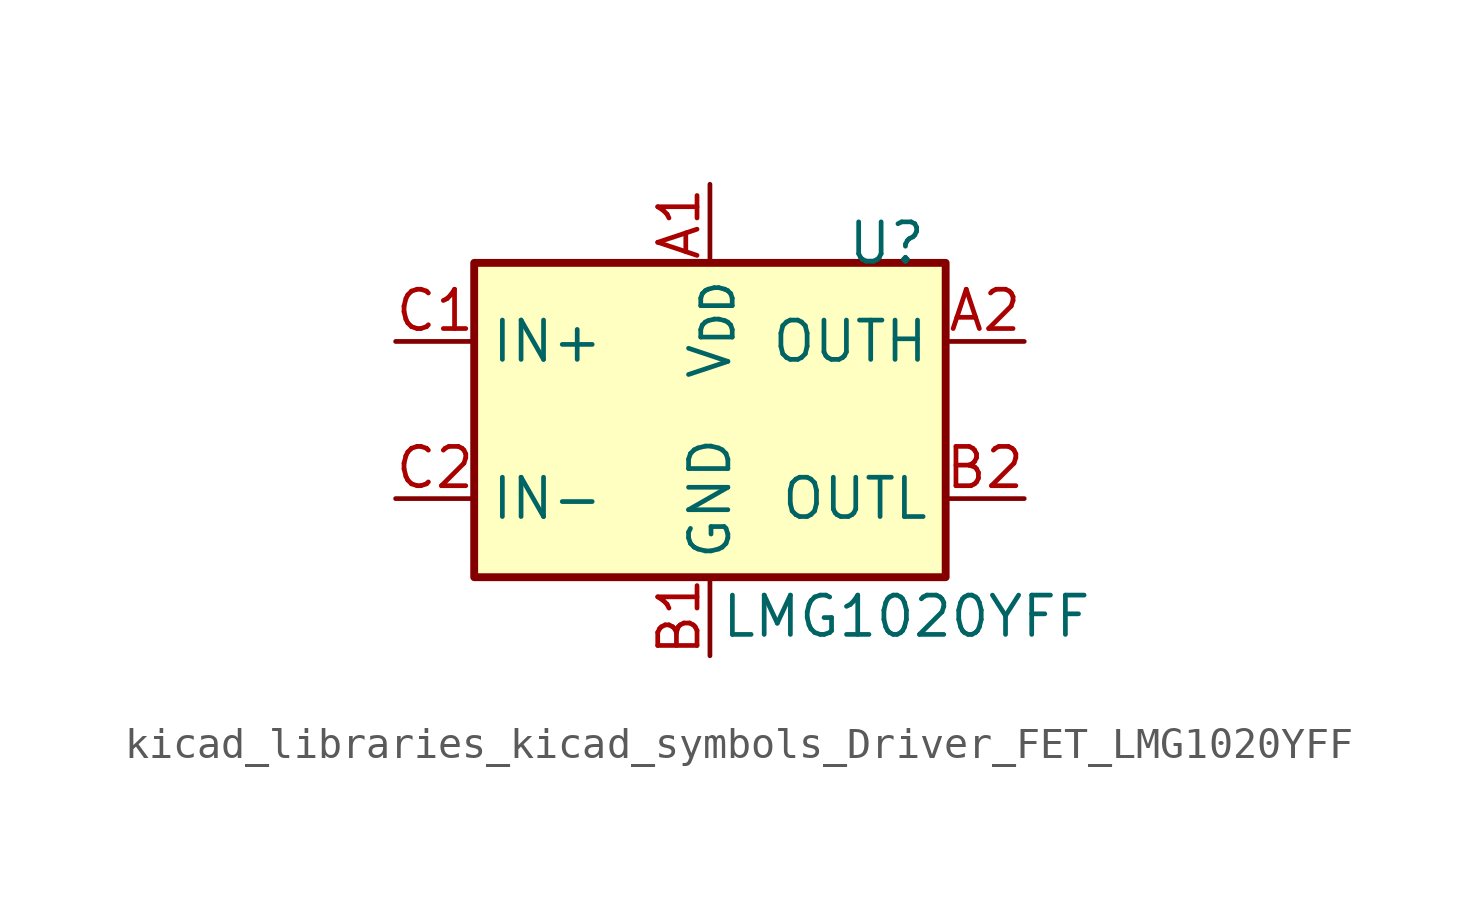
<source format=kicad_sym>
(kicad_symbol_lib
  (version 20220914)
  (generator kicad_symbol_editor)
  (symbol "kicad_libraries_kicad_symbols_Driver_FET_LMG1020YFF"
    (property "Reference" "U"
      (at 5.715 5.715 0)
      (effects (font (size 1.27 1.27))))
    (property "Value" "LMG1020YFF"
      (at 6.35 -6.35 0)
      (effects (font (size 1.27 1.27))))
    (symbol "kicad_libraries_kicad_symbols_Driver_FET_LMG1020YFF_0_1"
      (rectangle (start -7.62 5.08) (end 7.62 -5.08) (stroke (width 0.254) (type default)) (fill (type background))))
    (symbol "kicad_libraries_kicad_symbols_Driver_FET_LMG1020YFF_1_1"
      (pin power_in line (at 0 7.62 270) (length 2.54) (name "V_{DD}" (effects (font (size 1.27 1.27)))) (number "A1" (effects (font (size 1.27 1.27)))))
      (pin output line (at 10.16 2.54 180) (length 2.54) (name "OUTH" (effects (font (size 1.27 1.27)))) (number "A2" (effects (font (size 1.27 1.27)))))
      (pin power_in line (at 0 -7.62 90) (length 2.54) (name "GND" (effects (font (size 1.27 1.27)))) (number "B1" (effects (font (size 1.27 1.27)))))
      (pin output line (at 10.16 -2.54 180) (length 2.54) (name "OUTL" (effects (font (size 1.27 1.27)))) (number "B2" (effects (font (size 1.27 1.27)))))
      (pin input line (at -10.16 2.54 0) (length 2.54) (name "IN+" (effects (font (size 1.27 1.27)))) (number "C1" (effects (font (size 1.27 1.27)))))
      (pin input line (at -10.16 -2.54 0) (length 2.54) (name "IN-" (effects (font (size 1.27 1.27)))) (number "C2" (effects (font (size 1.27 1.27))))))))
</source>
